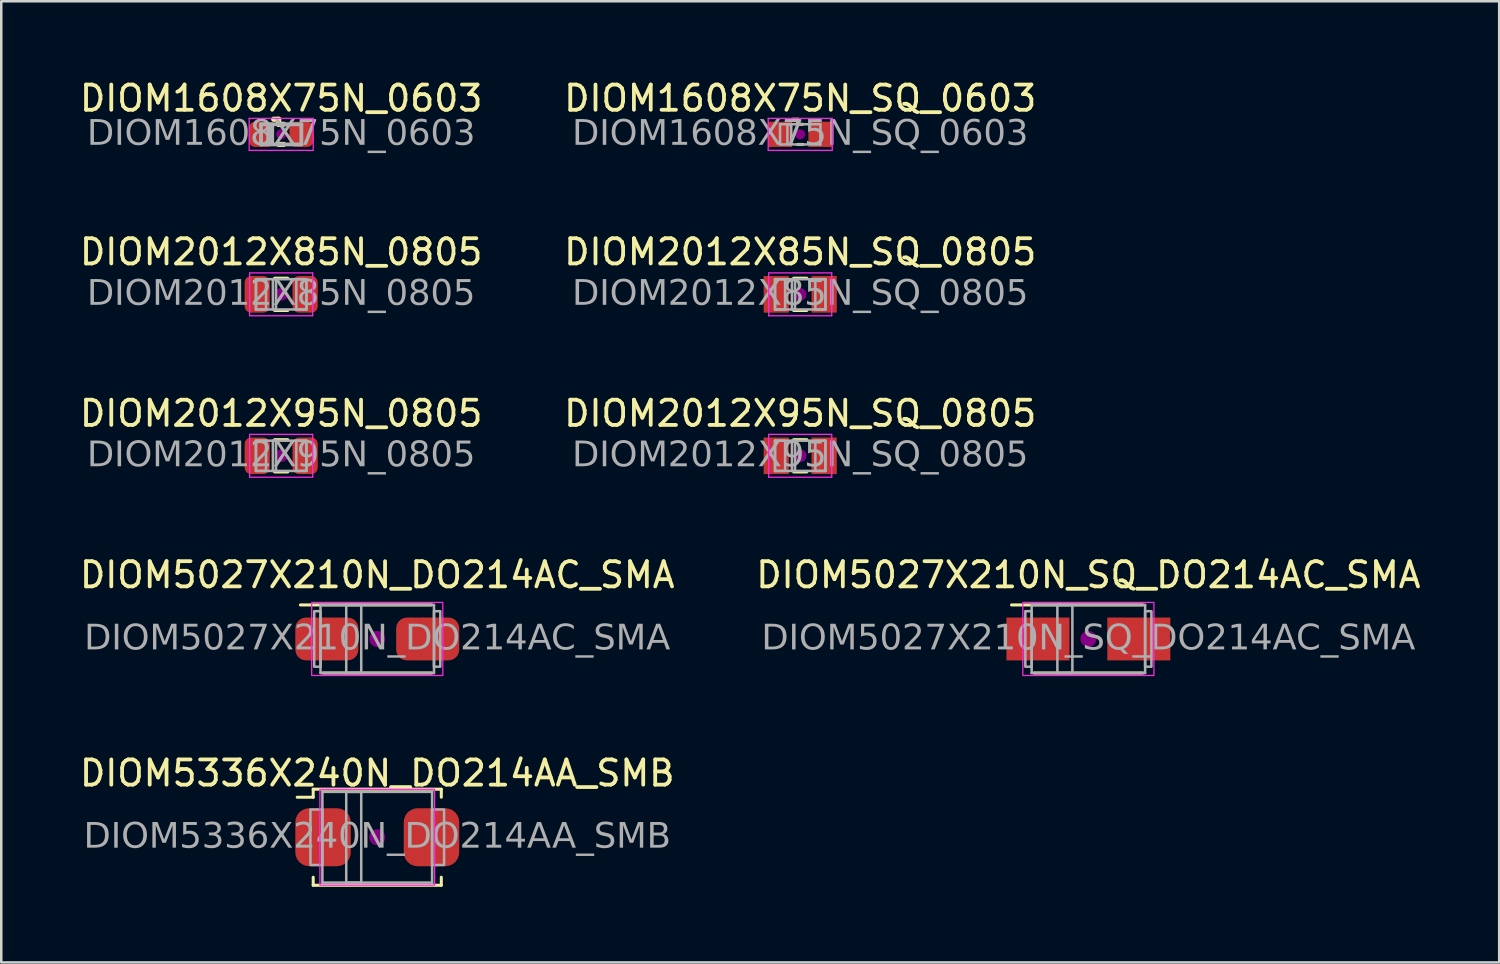
<source format=kicad_pcb>
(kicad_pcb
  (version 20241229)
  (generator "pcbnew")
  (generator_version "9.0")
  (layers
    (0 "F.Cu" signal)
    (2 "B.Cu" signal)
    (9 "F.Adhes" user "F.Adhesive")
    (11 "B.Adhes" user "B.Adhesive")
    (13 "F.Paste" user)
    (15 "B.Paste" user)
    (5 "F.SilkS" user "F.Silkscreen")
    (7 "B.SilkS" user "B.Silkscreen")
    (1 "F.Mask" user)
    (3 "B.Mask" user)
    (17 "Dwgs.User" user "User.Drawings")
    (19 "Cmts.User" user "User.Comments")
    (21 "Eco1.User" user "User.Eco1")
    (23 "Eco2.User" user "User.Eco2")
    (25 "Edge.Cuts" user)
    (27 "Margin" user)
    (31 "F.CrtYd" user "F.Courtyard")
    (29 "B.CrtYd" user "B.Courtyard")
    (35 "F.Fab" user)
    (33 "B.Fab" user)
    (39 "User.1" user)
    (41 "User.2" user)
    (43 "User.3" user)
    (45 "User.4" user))
  (footprint "DIOM2012X85N_SQ_0805"
    (layer "F.Cu")
    (at 28.685 8.623)
    (property "Reference" "DIOM2012X85N_SQ_0805" (at 0 -1.68 0) (layer "F.SilkS") (effects (font (size 1 1) (thickness 0.15))))
    (attr smd)
    (fp_line (start -0.261 -0.64) (end 0.261 -0.64) (stroke (width 0.12) (type solid)) (layer "F.SilkS"))
    (fp_line (start -0.261 0.64) (end 0.261 0.64) (stroke (width 0.12) (type solid)) (layer "F.SilkS"))
    (fp_circle (center 0 0) (end 0.25 0) (stroke (width 0) (type solid)) (fill yes) (layer "F.Adhes"))
    (fp_line (start -1.25 -0.85) (end 1.25 -0.85) (stroke (width 0.05) (type solid)) (layer "F.CrtYd"))
    (fp_line (start -1.25 0.85) (end -1.25 -0.85) (stroke (width 0.05) (type solid)) (layer "F.CrtYd"))
    (fp_line (start 1.25 -0.85) (end 1.25 0.85) (stroke (width 0.05) (type solid)) (layer "F.CrtYd"))
    (fp_line (start 1.25 0.85) (end -1.25 0.85) (stroke (width 0.05) (type solid)) (layer "F.CrtYd"))
    (fp_line (start -1 -0.6) (end 1 -0.6) (stroke (width 0.1) (type solid)) (layer "F.Fab"))
    (fp_line (start -1 0.6) (end -1 -0.6) (stroke (width 0.1) (type solid)) (layer "F.Fab"))
    (fp_line (start 1 -0.6) (end 1 0.6) (stroke (width 0.1) (type solid)) (layer "F.Fab"))
    (fp_line (start 1 0.6) (end -1 0.6) (stroke (width 0.1) (type solid)) (layer "F.Fab"))
    (fp_rect (start -1 -0.6) (end -0.6 0.6) (stroke (width 0.1) (type solid)) (fill no) (layer "F.Fab"))
    (fp_rect (start -0.33 -0.6) (end -0.205 0.6) (stroke (width 0.1) (type solid)) (fill no) (layer "F.Fab"))
    (fp_rect (start 0.6 -0.6) (end 1 0.6) (stroke (width 0.1) (type solid)) (fill no) (layer "F.Fab"))
    (fp_text user "${REFERENCE}" (at 0 0 0) (layer "F.Fab") (effects (font (face "Tahoma") (size 1 1) (thickness 0.15))))
    (pad "1" smd rect (at -0.95 0) (size 1 1.45) (layers "F.Cu" "F.Mask" "F.Paste"))
    (pad "2" smd rect (at 0.95 0) (size 1 1.45) (layers "F.Cu" "F.Mask" "F.Paste")))
  (footprint "DIOM5336X240N_DO214AA_SMB"
    (layer "F.Cu")
    (at 11.911 30.153)
    (property "Reference" "DIOM5336X240N_DO214AA_SMB" (at 0 -2.54 0) (layer "F.SilkS") (effects (font (size 1 1) (thickness 0.15))))
    (attr smd)
    (fp_line (start -2.54 -1.587) (end -3.175 -1.587) (stroke (width 0.12) (type solid)) (layer "F.SilkS"))
    (fp_line (start -2.54 -1.587) (end -2.54 -1.905) (stroke (width 0.12) (type solid)) (layer "F.SilkS"))
    (fp_line (start -2.54 1.587) (end -2.54 1.905) (stroke (width 0.12) (type solid)) (layer "F.SilkS"))
    (fp_line (start 2.54 -1.905) (end -2.54 -1.905) (stroke (width 0.12) (type solid)) (layer "F.SilkS"))
    (fp_line (start 2.54 -1.587) (end 2.54 -1.905) (stroke (width 0.12) (type solid)) (layer "F.SilkS"))
    (fp_line (start 2.54 1.587) (end 2.54 1.905) (stroke (width 0.12) (type solid)) (layer "F.SilkS"))
    (fp_line (start 2.54 1.905) (end -2.54 1.905) (stroke (width 0.12) (type solid)) (layer "F.SilkS"))
    (fp_circle (center 0 0) (end 0.318 0) (stroke (width 0) (type solid)) (fill yes) (layer "F.Adhes"))
    (fp_rect (start -2.275 -1.9) (end 2.275 1.9) (stroke (width 0.05) (type default)) (fill no) (layer "F.CrtYd"))
    (fp_line (start -2.175 1.8) (end -2.175 -1.8) (stroke (width 0.1) (type solid)) (layer "F.Fab"))
    (fp_line (start -2.175 1.8) (end 2.175 1.8) (stroke (width 0.1) (type solid)) (layer "F.Fab"))
    (fp_line (start 2.175 -1.8) (end -2.175 -1.8) (stroke (width 0.1) (type solid)) (layer "F.Fab"))
    (fp_line (start 2.175 -1.8) (end 2.175 1.8) (stroke (width 0.1) (type solid)) (layer "F.Fab"))
    (fp_rect (start -2.65 -1.1) (end -2.175 1.1) (stroke (width 0.1) (type solid)) (fill no) (layer "F.Fab"))
    (fp_rect (start -1.23 -1.8) (end -0.635 1.8) (stroke (width 0.1) (type solid)) (fill no) (layer "F.Fab"))
    (fp_rect (start 2.175 1.1) (end 2.65 -1.1) (stroke (width 0.1) (type solid)) (fill no) (layer "F.Fab"))
    (fp_text user "${REFERENCE}" (at 0 0 0) (layer "F.Fab") (effects (font (face "Tahoma") (size 1 1) (thickness 0.15))))
    (pad "1" smd roundrect (at -2.15 0) (size 2.2 2.3) (layers "F.Cu" "F.Mask" "F.Paste") (roundrect_rratio 0.25))
    (pad "2" smd roundrect (at 2.15 0) (size 2.2 2.3) (layers "F.Cu" "F.Mask" "F.Paste") (roundrect_rratio 0.25)))
  (footprint "DIOM5027X210N_DO214AC_SMA"
    (layer "F.Cu")
    (at 11.911 22.29)
    (property "Reference" "DIOM5027X210N_DO214AC_SMA" (at 0 -2.54 0) (layer "F.SilkS") (effects (font (size 1 1) (thickness 0.15))))
    (attr smd)
    (fp_line (start 2.159 -1.35) (end -3.048 -1.35) (stroke (width 0.12) (type solid)) (layer "F.SilkS"))
    (fp_line (start 2.159 1.35) (end -2.159 1.35) (stroke (width 0.12) (type solid)) (layer "F.SilkS"))
    (fp_circle (center 0 0) (end 0.318 0) (stroke (width 0) (type solid)) (fill yes) (layer "F.Adhes"))
    (fp_rect (start -2.6 -1.45) (end 2.6 1.45) (stroke (width 0.05) (type default)) (fill no) (layer "F.CrtYd"))
    (fp_line (start -2.25 1.35) (end -2.25 -1.35) (stroke (width 0.1) (type solid)) (layer "F.Fab"))
    (fp_line (start -2.25 1.35) (end 2.25 1.35) (stroke (width 0.1) (type solid)) (layer "F.Fab"))
    (fp_line (start 2.25 -1.35) (end -2.25 -1.35) (stroke (width 0.1) (type solid)) (layer "F.Fab"))
    (fp_line (start 2.25 -1.35) (end 2.25 1.35) (stroke (width 0.1) (type solid)) (layer "F.Fab"))
    (fp_rect (start -2.5 -1.1) (end -2.25 1.1) (stroke (width 0.1) (type solid)) (fill no) (layer "F.Fab"))
    (fp_rect (start -1.23 -1.35) (end -0.635 1.35) (stroke (width 0.1) (type solid)) (fill no) (layer "F.Fab"))
    (fp_rect (start 2.25 1.1) (end 2.5 -1.1) (stroke (width 0.1) (type solid)) (fill no) (layer "F.Fab"))
    (fp_text user "${REFERENCE}" (at 0 0 0) (layer "F.Fab") (effects (font (face "Tahoma") (size 1 1) (thickness 0.15))))
    (pad "1" smd roundrect (at -2 0) (size 2.5 1.7) (layers "F.Cu" "F.Mask" "F.Paste") (roundrect_rratio 0.25))
    (pad "2" smd roundrect (at 2 0) (size 2.5 1.7) (layers "F.Cu" "F.Mask" "F.Paste") (roundrect_rratio 0.25)))
  (footprint "DIOM5027X210N_SQ_DO214AC_SMA"
    (layer "F.Cu")
    (at 40.113 22.29)
    (property "Reference" "DIOM5027X210N_SQ_DO214AC_SMA" (at 0 -2.54 0) (layer "F.SilkS") (effects (font (size 1 1) (thickness 0.15))))
    (attr smd)
    (fp_line (start 2.159 -1.35) (end -3.048 -1.35) (stroke (width 0.12) (type solid)) (layer "F.SilkS"))
    (fp_line (start 2.159 1.35) (end -2.159 1.35) (stroke (width 0.12) (type solid)) (layer "F.SilkS"))
    (fp_circle (center 0 0) (end 0.318 0) (stroke (width 0) (type solid)) (fill yes) (layer "F.Adhes"))
    (fp_rect (start -2.6 -1.45) (end 2.6 1.45) (stroke (width 0.05) (type default)) (fill no) (layer "F.CrtYd"))
    (fp_line (start -2.25 1.35) (end -2.25 -1.35) (stroke (width 0.1) (type solid)) (layer "F.Fab"))
    (fp_line (start -2.25 1.35) (end 2.25 1.35) (stroke (width 0.1) (type solid)) (layer "F.Fab"))
    (fp_line (start 2.25 -1.35) (end -2.25 -1.35) (stroke (width 0.1) (type solid)) (layer "F.Fab"))
    (fp_line (start 2.25 -1.35) (end 2.25 1.35) (stroke (width 0.1) (type solid)) (layer "F.Fab"))
    (fp_rect (start -2.5 -1.1) (end -2.25 1.1) (stroke (width 0.1) (type solid)) (fill no) (layer "F.Fab"))
    (fp_rect (start -1.23 -1.35) (end -0.635 1.35) (stroke (width 0.1) (type solid)) (fill no) (layer "F.Fab"))
    (fp_rect (start 2.25 1.1) (end 2.5 -1.1) (stroke (width 0.1) (type solid)) (fill no) (layer "F.Fab"))
    (fp_text user "${REFERENCE}" (at 0 0 0) (layer "F.Fab") (effects (font (face "Tahoma") (size 1 1) (thickness 0.15))))
    (pad "1" smd rect (at -2 0) (size 2.5 1.7) (layers "F.Cu" "F.Mask" "F.Paste"))
    (pad "2" smd rect (at 2 0) (size 2.5 1.7) (layers "F.Cu" "F.Mask" "F.Paste")))
  (footprint "DIOM2012X95N_0805"
    (layer "F.Cu")
    (at 8.101 15.026)
    (property "Reference" "DIOM2012X95N_0805" (at 0 -1.68 0) (layer "F.SilkS") (effects (font (size 1 1) (thickness 0.15))))
    (attr smd)
    (fp_line (start -0.261 -0.64) (end 0.261 -0.64) (stroke (width 0.12) (type solid)) (layer "F.SilkS"))
    (fp_line (start -0.261 0.64) (end 0.261 0.64) (stroke (width 0.12) (type solid)) (layer "F.SilkS"))
    (fp_circle (center 0 0) (end 0.25 0) (stroke (width 0) (type solid)) (fill yes) (layer "F.Adhes"))
    (fp_line (start -1.25 -0.85) (end 1.25 -0.85) (stroke (width 0.05) (type solid)) (layer "F.CrtYd"))
    (fp_line (start -1.25 0.85) (end -1.25 -0.85) (stroke (width 0.05) (type solid)) (layer "F.CrtYd"))
    (fp_line (start 1.25 -0.85) (end 1.25 0.85) (stroke (width 0.05) (type solid)) (layer "F.CrtYd"))
    (fp_line (start 1.25 0.85) (end -1.25 0.85) (stroke (width 0.05) (type solid)) (layer "F.CrtYd"))
    (fp_line (start -1 -0.6) (end 1 -0.6) (stroke (width 0.1) (type solid)) (layer "F.Fab"))
    (fp_line (start -1 0.6) (end -1 -0.6) (stroke (width 0.1) (type solid)) (layer "F.Fab"))
    (fp_line (start 1 -0.6) (end 1 0.6) (stroke (width 0.1) (type solid)) (layer "F.Fab"))
    (fp_line (start 1 0.6) (end -1 0.6) (stroke (width 0.1) (type solid)) (layer "F.Fab"))
    (fp_rect (start -1 -0.6) (end -0.6 0.6) (stroke (width 0.1) (type solid)) (fill no) (layer "F.Fab"))
    (fp_rect (start -0.33 -0.6) (end -0.205 0.6) (stroke (width 0.1) (type solid)) (fill no) (layer "F.Fab"))
    (fp_rect (start 0.6 -0.6) (end 1 0.6) (stroke (width 0.1) (type solid)) (fill no) (layer "F.Fab"))
    (fp_text user "${REFERENCE}" (at 0 0 0) (layer "F.Fab") (effects (font (face "Tahoma") (size 1 1) (thickness 0.15))))
    (pad "1" smd roundrect (at -0.95 0) (size 1 1.45) (layers "F.Cu" "F.Mask" "F.Paste") (roundrect_rratio 0.25))
    (pad "2" smd roundrect (at 0.95 0) (size 1 1.45) (layers "F.Cu" "F.Mask" "F.Paste") (roundrect_rratio 0.25)))
  (footprint "DIOM2012X85N_0805"
    (layer "F.Cu")
    (at 8.101 8.623)
    (property "Reference" "DIOM2012X85N_0805" (at 0 -1.68 0) (layer "F.SilkS") (effects (font (size 1 1) (thickness 0.15))))
    (attr smd)
    (fp_line (start -0.261 -0.64) (end 0.261 -0.64) (stroke (width 0.12) (type solid)) (layer "F.SilkS"))
    (fp_line (start -0.261 0.64) (end 0.261 0.64) (stroke (width 0.12) (type solid)) (layer "F.SilkS"))
    (fp_circle (center 0 0) (end 0.25 0) (stroke (width 0) (type solid)) (fill yes) (layer "F.Adhes"))
    (fp_line (start -1.25 -0.85) (end 1.25 -0.85) (stroke (width 0.05) (type solid)) (layer "F.CrtYd"))
    (fp_line (start -1.25 0.85) (end -1.25 -0.85) (stroke (width 0.05) (type solid)) (layer "F.CrtYd"))
    (fp_line (start 1.25 -0.85) (end 1.25 0.85) (stroke (width 0.05) (type solid)) (layer "F.CrtYd"))
    (fp_line (start 1.25 0.85) (end -1.25 0.85) (stroke (width 0.05) (type solid)) (layer "F.CrtYd"))
    (fp_line (start -1 -0.6) (end 1 -0.6) (stroke (width 0.1) (type solid)) (layer "F.Fab"))
    (fp_line (start -1 0.6) (end -1 -0.6) (stroke (width 0.1) (type solid)) (layer "F.Fab"))
    (fp_line (start 1 -0.6) (end 1 0.6) (stroke (width 0.1) (type solid)) (layer "F.Fab"))
    (fp_line (start 1 0.6) (end -1 0.6) (stroke (width 0.1) (type solid)) (layer "F.Fab"))
    (fp_rect (start -1 -0.6) (end -0.6 0.6) (stroke (width 0.1) (type solid)) (fill no) (layer "F.Fab"))
    (fp_rect (start -0.33 -0.6) (end -0.205 0.6) (stroke (width 0.1) (type solid)) (fill no) (layer "F.Fab"))
    (fp_rect (start 0.6 -0.6) (end 1 0.6) (stroke (width 0.1) (type solid)) (fill no) (layer "F.Fab"))
    (fp_text user "${REFERENCE}" (at 0 0 0) (layer "F.Fab") (effects (font (face "Tahoma") (size 1 1) (thickness 0.15))))
    (pad "1" smd roundrect (at -0.95 0) (size 1 1.45) (layers "F.Cu" "F.Mask" "F.Paste") (roundrect_rratio 0.25))
    (pad "2" smd roundrect (at 0.95 0) (size 1 1.45) (layers "F.Cu" "F.Mask" "F.Paste") (roundrect_rratio 0.25)))
  (footprint "DIOM1608X75N_SQ_0603"
    (layer "F.Cu")
    (at 28.685 2.278)
    (property "Reference" "DIOM1608X75N_SQ_0603" (at 0 -1.43 0) (layer "F.SilkS") (effects (font (size 1 1) (thickness 0.15))))
    (attr smd)
    (fp_line (start -0.3 -0.6) (end -0.1 -0.6) (stroke (width 0.12) (type solid)) (layer "F.SilkS"))
    (fp_line (start -0.1 -0.4) (end -0.1 -0.6) (stroke (width 0.12) (type solid)) (layer "F.SilkS"))
    (fp_line (start -0.1 -0.4) (end 0.1 -0.4) (stroke (width 0.12) (type solid)) (layer "F.SilkS"))
    (fp_line (start -0.1 0.4) (end 0.1 0.4) (stroke (width 0.12) (type solid)) (layer "F.SilkS"))
    (fp_circle (center 0 0) (end 0.2 0) (stroke (width 0) (type solid)) (fill yes) (layer "F.Adhes"))
    (fp_line (start -1.27 -0.635) (end 1.27 -0.635) (stroke (width 0.05) (type solid)) (layer "F.CrtYd"))
    (fp_line (start -1.27 0.635) (end -1.27 -0.635) (stroke (width 0.05) (type solid)) (layer "F.CrtYd"))
    (fp_line (start 1.27 -0.635) (end 1.27 0.635) (stroke (width 0.05) (type solid)) (layer "F.CrtYd"))
    (fp_line (start 1.27 0.635) (end -1.27 0.635) (stroke (width 0.05) (type solid)) (layer "F.CrtYd"))
    (fp_line (start -0.8 -0.4) (end 0.8 -0.4) (stroke (width 0.1) (type solid)) (layer "F.Fab"))
    (fp_line (start -0.8 0.4) (end -0.8 -0.4) (stroke (width 0.1) (type solid)) (layer "F.Fab"))
    (fp_line (start 0.8 -0.4) (end 0.8 0.4) (stroke (width 0.1) (type solid)) (layer "F.Fab"))
    (fp_line (start 0.8 0.4) (end -0.8 0.4) (stroke (width 0.1) (type solid)) (layer "F.Fab"))
    (fp_rect (start -0.508 -0.388) (end -0.356 0.388) (stroke (width 0.1) (type solid)) (fill no) (layer "F.Fab"))
    (fp_text user "${REFERENCE}" (at 0 0 0) (layer "F.Fab") (effects (font (face "Tahoma") (size 1 1) (thickness 0.15))))
    (pad "1" smd rect (at -0.8 0) (size 0.95 1) (layers "F.Cu" "F.Mask" "F.Paste"))
    (pad "2" smd rect (at 0.8 0) (size 0.95 1) (layers "F.Cu" "F.Mask" "F.Paste")))
  (footprint "DIOM1608X75N_0603"
    (layer "F.Cu")
    (at 8.101 2.278)
    (property "Reference" "DIOM1608X75N_0603" (at 0 -1.43 0) (layer "F.SilkS") (effects (font (size 1 1) (thickness 0.15))))
    (attr smd)
    (fp_line (start -0.3 -0.6) (end -0.1 -0.6) (stroke (width 0.203) (type solid)) (layer "F.SilkS"))
    (fp_line (start -0.1 -0.4) (end -0.1 -0.6) (stroke (width 0.203) (type solid)) (layer "F.SilkS"))
    (fp_line (start -0.1 -0.4) (end 0.1 -0.4) (stroke (width 0.203) (type solid)) (layer "F.SilkS"))
    (fp_line (start -0.1 0.4) (end 0.1 0.4) (stroke (width 0.203) (type solid)) (layer "F.SilkS"))
    (fp_circle (center 0 0) (end 0.2 0) (stroke (width 0) (type solid)) (fill yes) (layer "F.Adhes"))
    (fp_line (start -1.27 -0.635) (end 1.27 -0.635) (stroke (width 0.05) (type solid)) (layer "F.CrtYd"))
    (fp_line (start -1.27 0.635) (end -1.27 -0.635) (stroke (width 0.05) (type solid)) (layer "F.CrtYd"))
    (fp_line (start 1.27 -0.635) (end 1.27 0.635) (stroke (width 0.05) (type solid)) (layer "F.CrtYd"))
    (fp_line (start 1.27 0.635) (end -1.27 0.635) (stroke (width 0.05) (type solid)) (layer "F.CrtYd"))
    (fp_line (start -0.8 -0.4) (end 0.8 -0.4) (stroke (width 0.152) (type solid)) (layer "F.Fab"))
    (fp_line (start -0.8 0.4) (end -0.8 -0.4) (stroke (width 0.152) (type solid)) (layer "F.Fab"))
    (fp_line (start 0.8 -0.4) (end 0.8 0.4) (stroke (width 0.152) (type solid)) (layer "F.Fab"))
    (fp_line (start 0.8 0.4) (end -0.8 0.4) (stroke (width 0.152) (type solid)) (layer "F.Fab"))
    (fp_rect (start -0.508 -0.388) (end -0.356 0.388) (stroke (width 0.152) (type solid)) (fill no) (layer "F.Fab"))
    (fp_text user "${REFERENCE}" (at 0 0 0) (layer "F.Fab") (effects (font (face "Tahoma") (size 1 1) (thickness 0.06))))
    (pad "1" smd roundrect (at -0.8 0) (size 0.95 1) (layers "F.Cu" "F.Mask" "F.Paste") (roundrect_rratio 0.25))
    (pad "2" smd roundrect (at 0.8 0) (size 0.95 1) (layers "F.Cu" "F.Mask" "F.Paste") (roundrect_rratio 0.25)))
  (footprint "DIOM2012X95N_SQ_0805"
    (layer "F.Cu")
    (at 28.685 15.026)
    (property "Reference" "DIOM2012X95N_SQ_0805" (at 0 -1.68 0) (layer "F.SilkS") (effects (font (size 1 1) (thickness 0.15))))
    (attr smd)
    (fp_line (start -0.261 -0.64) (end 0.261 -0.64) (stroke (width 0.12) (type solid)) (layer "F.SilkS"))
    (fp_line (start -0.261 0.64) (end 0.261 0.64) (stroke (width 0.12) (type solid)) (layer "F.SilkS"))
    (fp_circle (center 0 0) (end 0.25 0) (stroke (width 0) (type solid)) (fill yes) (layer "F.Adhes"))
    (fp_line (start -1.25 -0.85) (end 1.25 -0.85) (stroke (width 0.05) (type solid)) (layer "F.CrtYd"))
    (fp_line (start -1.25 0.85) (end -1.25 -0.85) (stroke (width 0.05) (type solid)) (layer "F.CrtYd"))
    (fp_line (start 1.25 -0.85) (end 1.25 0.85) (stroke (width 0.05) (type solid)) (layer "F.CrtYd"))
    (fp_line (start 1.25 0.85) (end -1.25 0.85) (stroke (width 0.05) (type solid)) (layer "F.CrtYd"))
    (fp_line (start -1 -0.6) (end 1 -0.6) (stroke (width 0.1) (type solid)) (layer "F.Fab"))
    (fp_line (start -1 0.6) (end -1 -0.6) (stroke (width 0.1) (type solid)) (layer "F.Fab"))
    (fp_line (start 1 -0.6) (end 1 0.6) (stroke (width 0.1) (type solid)) (layer "F.Fab"))
    (fp_line (start 1 0.6) (end -1 0.6) (stroke (width 0.1) (type solid)) (layer "F.Fab"))
    (fp_rect (start -1 -0.6) (end -0.6 0.6) (stroke (width 0.1) (type solid)) (fill no) (layer "F.Fab"))
    (fp_rect (start -0.33 -0.6) (end -0.205 0.6) (stroke (width 0.1) (type solid)) (fill no) (layer "F.Fab"))
    (fp_rect (start 0.6 -0.6) (end 1 0.6) (stroke (width 0.1) (type solid)) (fill no) (layer "F.Fab"))
    (fp_text user "${REFERENCE}" (at 0 0 0) (layer "F.Fab") (effects (font (face "Tahoma") (size 1 1) (thickness 0.15))))
    (pad "1" smd rect (at -0.95 0) (size 1 1.45) (layers "F.Cu" "F.Mask" "F.Paste"))
    (pad "2" smd rect (at 0.95 0) (size 1 1.45) (layers "F.Cu" "F.Mask" "F.Paste")))
  (gr_rect
    (start -3 -3)
    (end 56.405 35.118)
    (stroke (width 0.1) (type default))
    (fill no)
    (layer "Edge.Cuts")))
</source>
